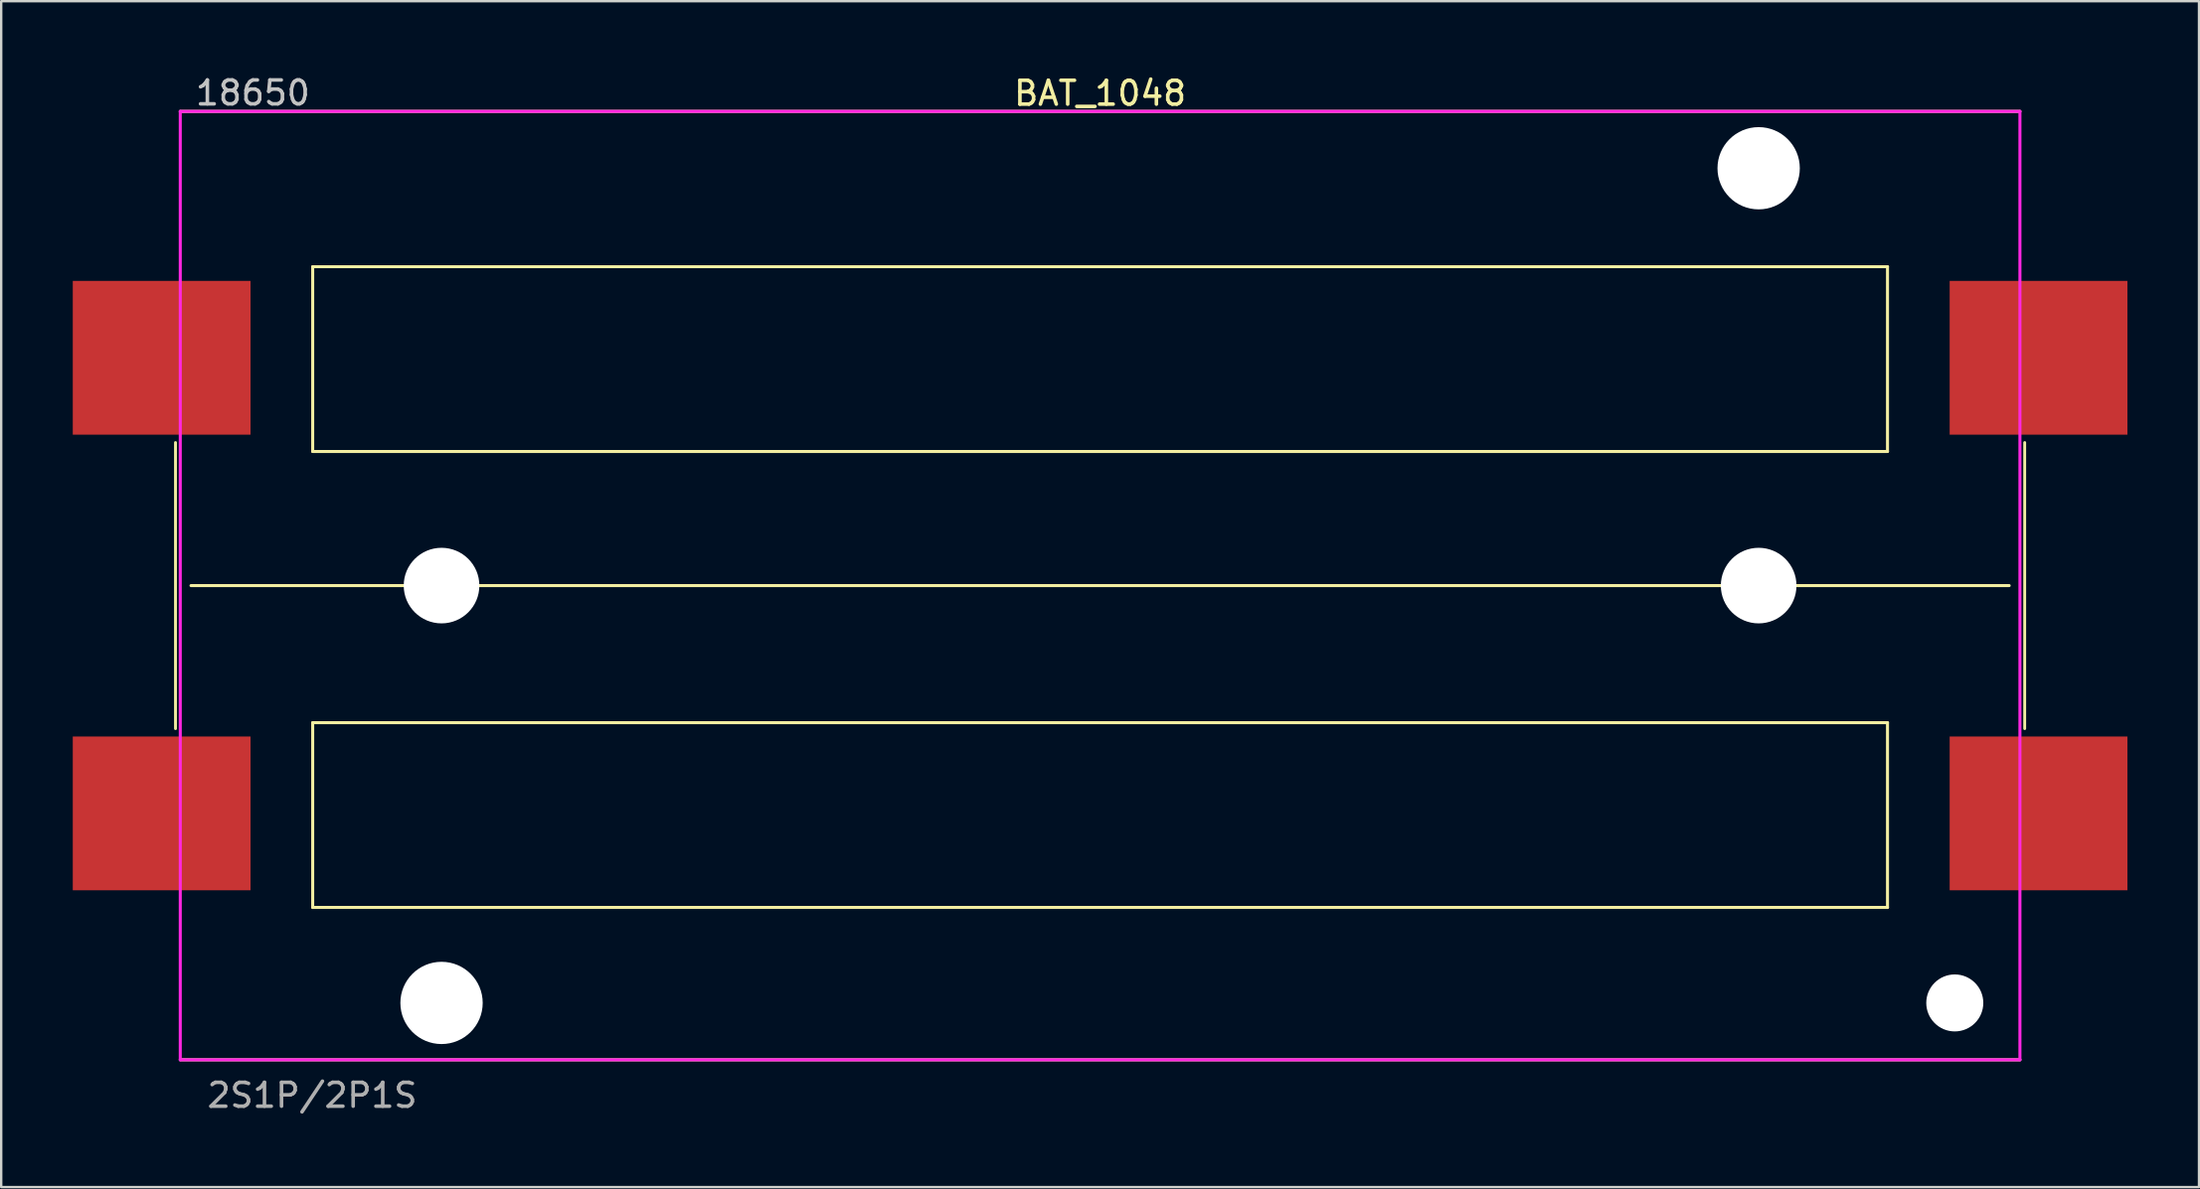
<source format=kicad_pcb>
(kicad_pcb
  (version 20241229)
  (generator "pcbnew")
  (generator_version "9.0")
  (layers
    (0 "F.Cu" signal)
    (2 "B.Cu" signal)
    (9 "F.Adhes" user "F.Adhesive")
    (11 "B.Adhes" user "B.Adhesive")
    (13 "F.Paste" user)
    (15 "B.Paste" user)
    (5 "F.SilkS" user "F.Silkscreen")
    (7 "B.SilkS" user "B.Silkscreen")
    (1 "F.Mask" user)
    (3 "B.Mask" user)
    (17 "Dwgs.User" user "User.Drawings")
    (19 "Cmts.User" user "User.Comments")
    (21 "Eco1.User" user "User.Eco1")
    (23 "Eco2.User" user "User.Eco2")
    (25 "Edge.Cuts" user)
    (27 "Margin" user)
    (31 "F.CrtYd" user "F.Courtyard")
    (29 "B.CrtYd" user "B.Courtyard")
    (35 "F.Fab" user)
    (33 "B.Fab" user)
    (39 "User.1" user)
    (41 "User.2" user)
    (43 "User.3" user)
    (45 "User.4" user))
  (footprint "BAT_1048"
    (layer "F.Cu")
    (at 43.055 21.512)
    (property "Reference" "BAT_1048" (at 0 -20.65 0) (layer "F.SilkS") (effects (font (size 1.001 1.001) (thickness 0.15))))
    (attr through_hole)
    (fp_line (start -38.75 -6) (end -38.75 6) (stroke (width 0.12) (type solid)) (layer "F.SilkS"))
    (fp_line (start -38.55 -19.89) (end 38.55 -19.89) (stroke (width 0.127) (type solid)) (layer "F.SilkS"))
    (fp_line (start -33 -13.375) (end -33 -5.625) (stroke (width 0.127) (type solid)) (layer "F.SilkS"))
    (fp_line (start -33 -5.625) (end 33 -5.625) (stroke (width 0.127) (type solid)) (layer "F.SilkS"))
    (fp_line (start -33 5.75) (end -33 13.5) (stroke (width 0.127) (type solid)) (layer "F.SilkS"))
    (fp_line (start -33 13.5) (end 33 13.5) (stroke (width 0.127) (type solid)) (layer "F.SilkS"))
    (fp_line (start 33 -13.375) (end -33 -13.375) (stroke (width 0.127) (type solid)) (layer "F.SilkS"))
    (fp_line (start 33 -5.625) (end 33 -13.375) (stroke (width 0.127) (type solid)) (layer "F.SilkS"))
    (fp_line (start 33 5.75) (end -33 5.75) (stroke (width 0.127) (type solid)) (layer "F.SilkS"))
    (fp_line (start 33 13.5) (end 33 5.75) (stroke (width 0.127) (type solid)) (layer "F.SilkS"))
    (fp_line (start 38.1 0) (end -38.1 0) (stroke (width 0.127) (type solid)) (layer "F.SilkS"))
    (fp_line (start 38.55 19.89) (end -38.55 19.89) (stroke (width 0.127) (type solid)) (layer "F.SilkS"))
    (fp_line (start 38.75 -6) (end 38.75 6) (stroke (width 0.12) (type solid)) (layer "F.SilkS"))
    (fp_line (start -38.55 -19.89) (end 38.55 -19.89) (stroke (width 0.127) (type solid)) (layer "F.CrtYd"))
    (fp_line (start -38.55 19.89) (end -38.55 -19.89) (stroke (width 0.127) (type solid)) (layer "F.CrtYd"))
    (fp_line (start 38.55 -19.89) (end 38.55 19.89) (stroke (width 0.127) (type solid)) (layer "F.CrtYd"))
    (fp_line (start 38.55 19.89) (end -38.55 19.89) (stroke (width 0.127) (type solid)) (layer "F.CrtYd"))
    (fp_text user "18650" (at -35.508 -20.663 0) (layer "Dwgs.User") (effects (font (size 1.001 1.001) (thickness 0.15))))
    (fp_text user "2S1P/2P1S" (at -33.02 21.38 0) (layer "F.Fab") (effects (font (size 1.001 1.001) (thickness 0.15))))
    (pad "" np_thru_hole circle (at -27.6 0) (size 3.17 3.17) (drill 3.17) (layers "*.Cu" "*.Mask"))
    (pad "" np_thru_hole circle (at -27.6 17.505) (size 3.45 3.45) (drill 3.45) (layers "*.Cu" "*.Mask"))
    (pad "" np_thru_hole circle (at 27.6 -17.505) (size 3.45 3.45) (drill 3.45) (layers "*.Cu" "*.Mask"))
    (pad "" np_thru_hole circle (at 27.6 0) (size 3.17 3.17) (drill 3.17) (layers "*.Cu" "*.Mask"))
    (pad "" np_thru_hole circle (at 35.82 17.505) (size 2.39 2.39) (drill 2.39) (layers "*.Cu" "*.Mask"))
    (pad "C1+" smd rect (at -39.33 -9.555) (size 7.45 6.45) (layers "F.Cu" "F.Mask" "F.Paste"))
    (pad "C1-" smd rect (at 39.33 -9.555) (size 7.45 6.45) (layers "F.Cu" "F.Mask" "F.Paste"))
    (pad "C2+" smd rect (at 39.33 9.555) (size 7.45 6.45) (layers "F.Cu" "F.Mask" "F.Paste"))
    (pad "C2-" smd rect (at -39.33 9.555) (size 7.45 6.45) (layers "F.Cu" "F.Mask" "F.Paste")))
  (gr_rect
    (start -3 -3)
    (end 89.11 46.74)
    (stroke (width 0.1) (type default))
    (fill no)
    (layer "Edge.Cuts")))
</source>
